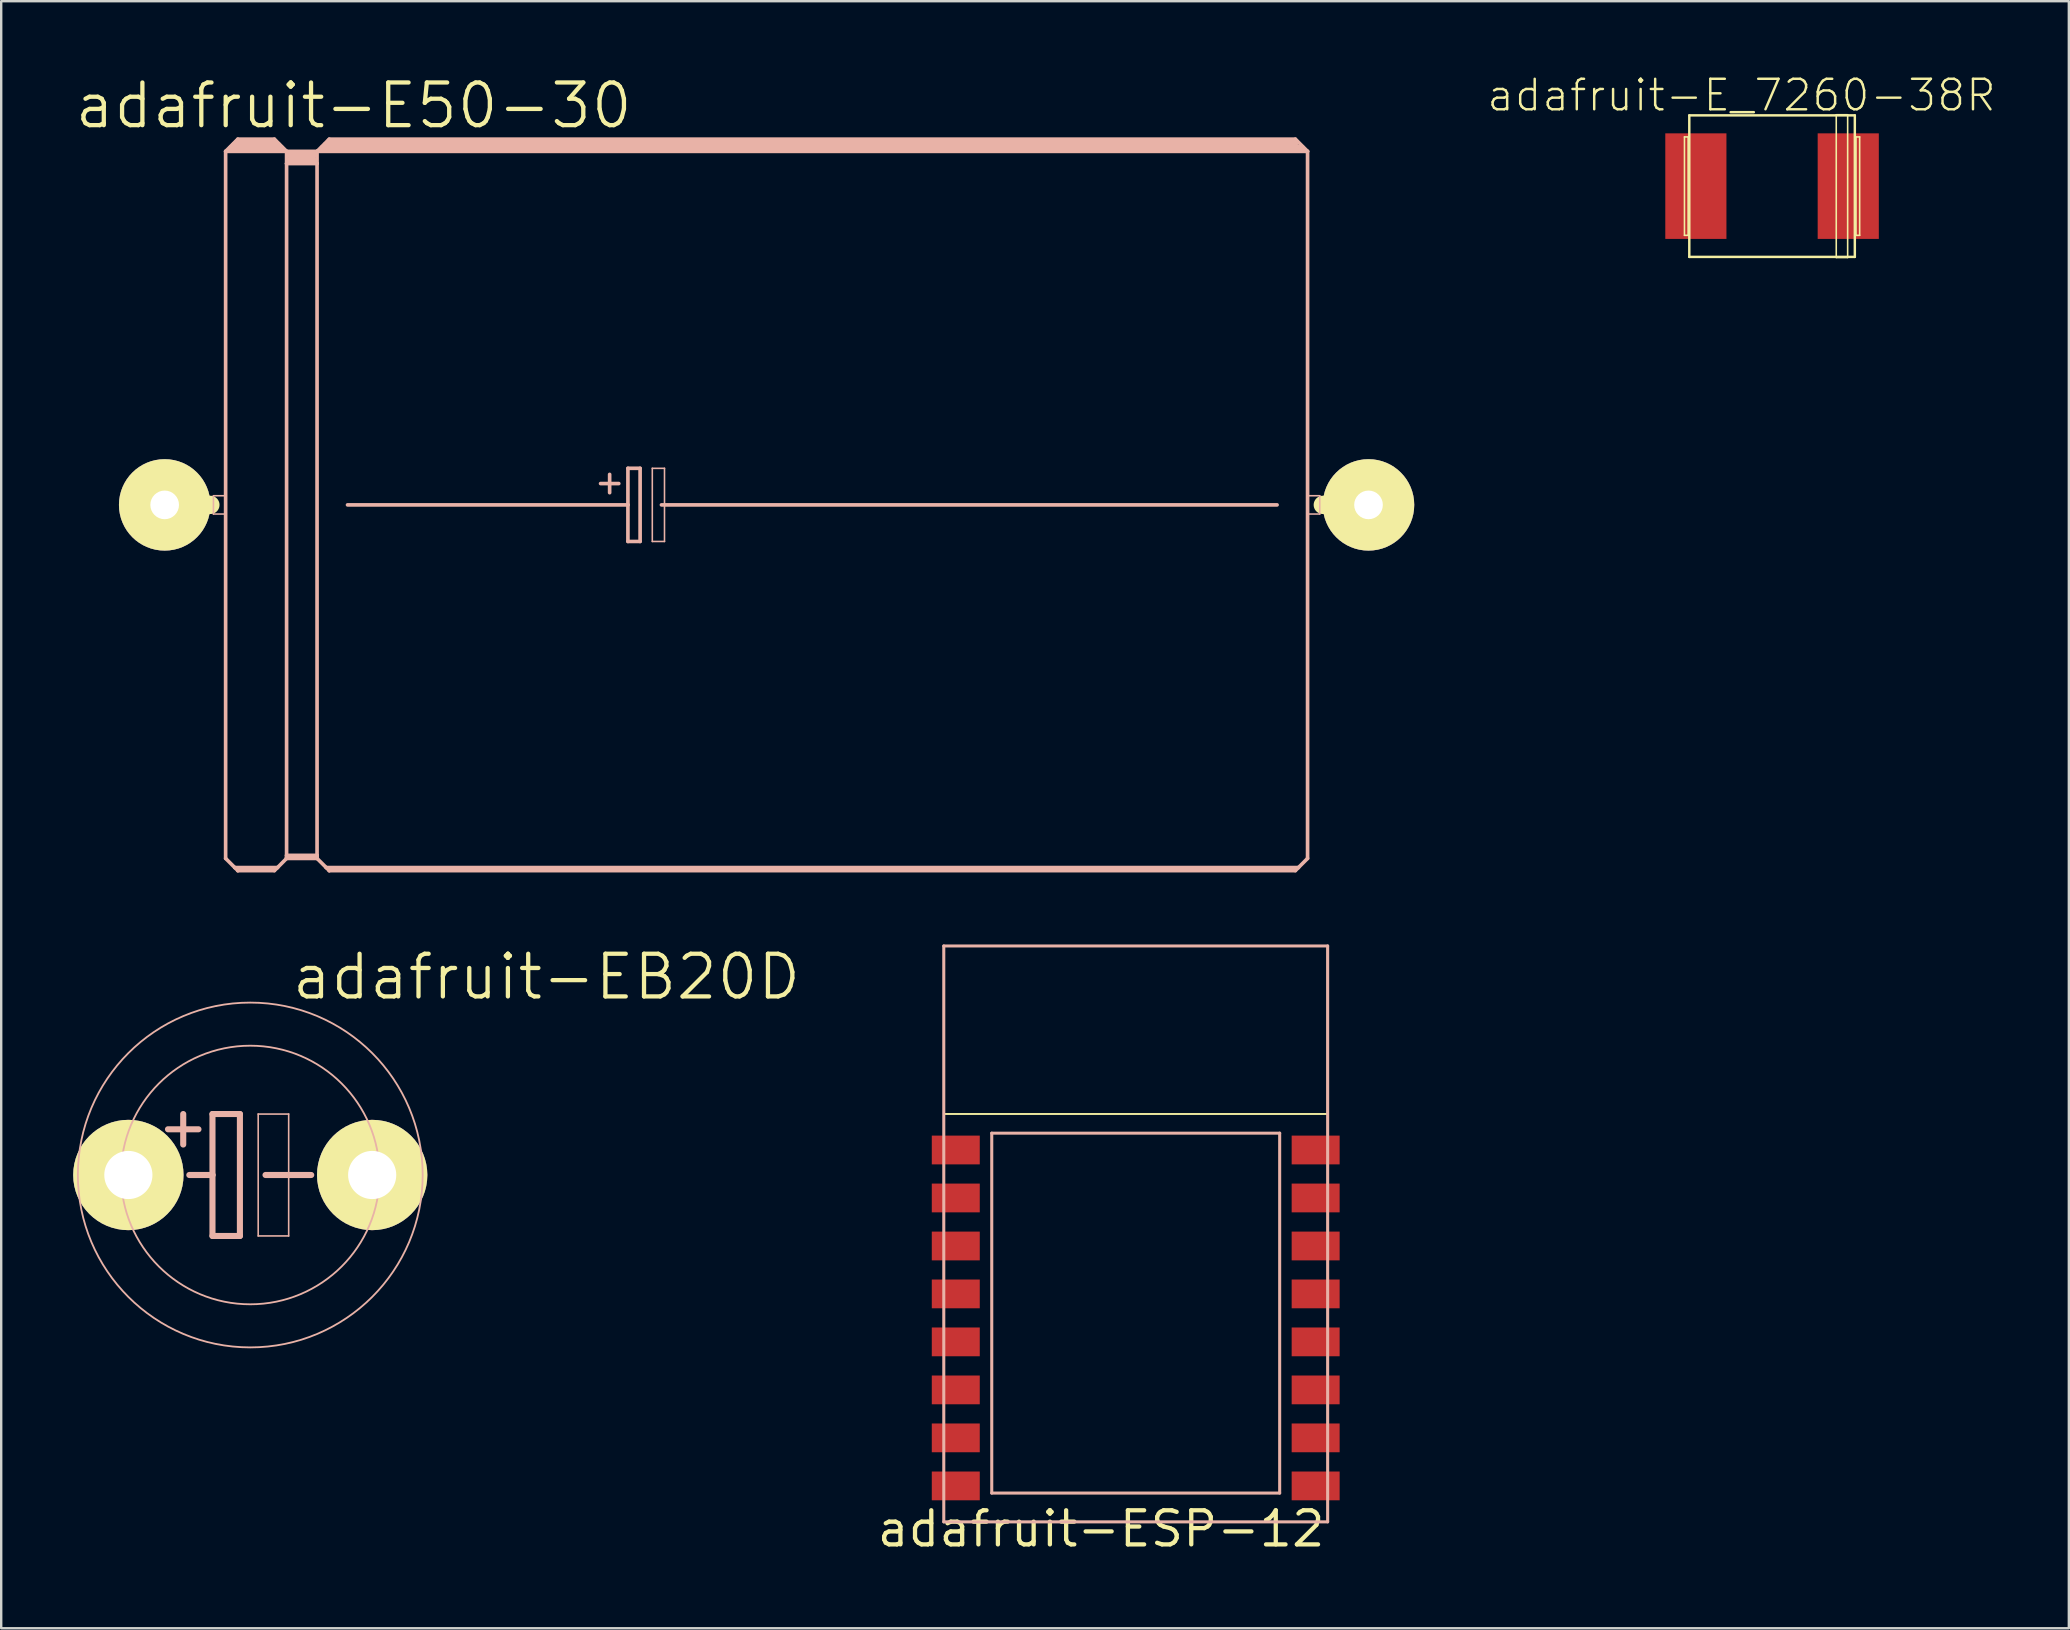
<source format=kicad_pcb>
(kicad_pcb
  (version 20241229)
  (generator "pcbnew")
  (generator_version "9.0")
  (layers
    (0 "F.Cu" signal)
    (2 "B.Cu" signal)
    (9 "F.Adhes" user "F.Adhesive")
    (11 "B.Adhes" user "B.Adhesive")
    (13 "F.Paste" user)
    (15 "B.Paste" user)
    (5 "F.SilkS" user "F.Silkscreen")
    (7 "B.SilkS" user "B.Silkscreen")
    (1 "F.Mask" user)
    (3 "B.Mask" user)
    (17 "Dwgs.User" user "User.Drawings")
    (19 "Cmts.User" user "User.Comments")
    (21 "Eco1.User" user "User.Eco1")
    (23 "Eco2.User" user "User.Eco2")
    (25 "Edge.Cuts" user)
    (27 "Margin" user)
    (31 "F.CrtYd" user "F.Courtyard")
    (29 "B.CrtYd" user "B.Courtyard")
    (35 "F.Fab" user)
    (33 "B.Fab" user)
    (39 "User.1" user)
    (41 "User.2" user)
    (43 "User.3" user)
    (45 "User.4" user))
  (footprint "adafruit-E50-30"
    (layer "F.Cu")
    (at 29.212 17.989)
    (property "Reference" "adafruit-E50-30" (at -17.523 -16.637 0) (layer "F.SilkS") (effects (font (size 1.778 1.778) (thickness 0.178))))
    (attr exclude_from_pos_files exclude_from_bom)
    (fp_line (start -25.4 0) (end -23.495 0) (stroke (width 0.762) (type solid)) (layer "F.SilkS"))
    (fp_line (start 24.765 0) (end 22.86 0) (stroke (width 0.762) (type solid)) (layer "F.SilkS"))
    (fp_line (start -23.368 -0.381) (end -22.86 -0.381) (stroke (width 0.066) (type solid)) (layer "B.SilkS"))
    (fp_line (start -23.368 0.381) (end -23.368 -0.381) (stroke (width 0.066) (type solid)) (layer "B.SilkS"))
    (fp_line (start -23.368 0.381) (end -22.86 0.381) (stroke (width 0.066) (type solid)) (layer "B.SilkS"))
    (fp_line (start -22.86 -14.732) (end -22.86 14.732) (stroke (width 0.152) (type solid)) (layer "B.SilkS"))
    (fp_line (start -22.86 -14.732) (end -22.352 -15.24) (stroke (width 0.152) (type solid)) (layer "B.SilkS"))
    (fp_line (start -22.86 -14.732) (end -20.32 -14.732) (stroke (width 0.152) (type solid)) (layer "B.SilkS"))
    (fp_line (start -22.86 0.381) (end -22.86 -0.381) (stroke (width 0.066) (type solid)) (layer "B.SilkS"))
    (fp_line (start -22.86 14.732) (end -22.479 15.113) (stroke (width 0.152) (type solid)) (layer "B.SilkS"))
    (fp_line (start -22.606 -14.859) (end -22.479 -14.859) (stroke (width 0.305) (type solid)) (layer "B.SilkS"))
    (fp_line (start -22.479 -14.859) (end -22.479 -14.986) (stroke (width 0.305) (type solid)) (layer "B.SilkS"))
    (fp_line (start -22.479 -14.859) (end -20.698 -14.859) (stroke (width 0.305) (type solid)) (layer "B.SilkS"))
    (fp_line (start -22.479 15.113) (end -22.352 15.24) (stroke (width 0.152) (type solid)) (layer "B.SilkS"))
    (fp_line (start -22.479 15.113) (end -20.698 15.113) (stroke (width 0.152) (type solid)) (layer "B.SilkS"))
    (fp_line (start -22.352 -15.24) (end -20.828 -15.24) (stroke (width 0.152) (type solid)) (layer "B.SilkS"))
    (fp_line (start -22.352 -15.113) (end -20.828 -15.113) (stroke (width 0.305) (type solid)) (layer "B.SilkS"))
    (fp_line (start -22.352 15.189) (end -20.828 15.189) (stroke (width 0.152) (type solid)) (layer "B.SilkS"))
    (fp_line (start -22.352 15.24) (end -22.352 15.189) (stroke (width 0.152) (type solid)) (layer "B.SilkS"))
    (fp_line (start -22.352 15.24) (end -20.828 15.24) (stroke (width 0.152) (type solid)) (layer "B.SilkS"))
    (fp_line (start -20.698 -14.859) (end -20.698 -14.986) (stroke (width 0.305) (type solid)) (layer "B.SilkS"))
    (fp_line (start -20.698 -14.859) (end -20.574 -14.859) (stroke (width 0.305) (type solid)) (layer "B.SilkS"))
    (fp_line (start -20.698 15.113) (end -20.828 15.24) (stroke (width 0.152) (type solid)) (layer "B.SilkS"))
    (fp_line (start -20.32 -14.732) (end -20.828 -15.24) (stroke (width 0.152) (type solid)) (layer "B.SilkS"))
    (fp_line (start -20.32 -14.732) (end -20.32 -14.224) (stroke (width 0.152) (type solid)) (layer "B.SilkS"))
    (fp_line (start -20.32 -14.732) (end -19.05 -14.732) (stroke (width 0.152) (type solid)) (layer "B.SilkS"))
    (fp_line (start -20.32 -14.224) (end -20.32 14.605) (stroke (width 0.152) (type solid)) (layer "B.SilkS"))
    (fp_line (start -20.32 -14.224) (end -19.05 -14.224) (stroke (width 0.152) (type solid)) (layer "B.SilkS"))
    (fp_line (start -20.32 14.605) (end -20.32 14.681) (stroke (width 0.152) (type solid)) (layer "B.SilkS"))
    (fp_line (start -20.32 14.605) (end -19.05 14.605) (stroke (width 0.152) (type solid)) (layer "B.SilkS"))
    (fp_line (start -20.32 14.681) (end -20.32 14.732) (stroke (width 0.152) (type solid)) (layer "B.SilkS"))
    (fp_line (start -20.32 14.681) (end -19.05 14.681) (stroke (width 0.152) (type solid)) (layer "B.SilkS"))
    (fp_line (start -20.32 14.732) (end -20.698 15.113) (stroke (width 0.152) (type solid)) (layer "B.SilkS"))
    (fp_line (start -20.32 14.732) (end -19.05 14.732) (stroke (width 0.152) (type solid)) (layer "B.SilkS"))
    (fp_line (start -20.193 -14.605) (end -19.177 -14.605) (stroke (width 0.305) (type solid)) (layer "B.SilkS"))
    (fp_line (start -20.193 -14.348) (end -19.177 -14.348) (stroke (width 0.305) (type solid)) (layer "B.SilkS"))
    (fp_line (start -19.05 -14.732) (end -19.05 -14.224) (stroke (width 0.152) (type solid)) (layer "B.SilkS"))
    (fp_line (start -19.05 -14.732) (end 22.225 -14.732) (stroke (width 0.152) (type solid)) (layer "B.SilkS"))
    (fp_line (start -19.05 -14.224) (end -19.05 14.605) (stroke (width 0.152) (type solid)) (layer "B.SilkS"))
    (fp_line (start -19.05 14.605) (end -19.05 14.681) (stroke (width 0.152) (type solid)) (layer "B.SilkS"))
    (fp_line (start -19.05 14.681) (end -19.05 14.732) (stroke (width 0.152) (type solid)) (layer "B.SilkS"))
    (fp_line (start -19.05 14.732) (end -18.669 15.113) (stroke (width 0.152) (type solid)) (layer "B.SilkS"))
    (fp_line (start -18.796 -14.859) (end -18.669 -14.859) (stroke (width 0.305) (type solid)) (layer "B.SilkS"))
    (fp_line (start -18.669 -14.859) (end -18.669 -14.986) (stroke (width 0.305) (type solid)) (layer "B.SilkS"))
    (fp_line (start -18.669 -14.859) (end 21.971 -14.859) (stroke (width 0.305) (type solid)) (layer "B.SilkS"))
    (fp_line (start -18.669 15.113) (end -18.542 15.24) (stroke (width 0.152) (type solid)) (layer "B.SilkS"))
    (fp_line (start -18.669 15.113) (end 21.844 15.113) (stroke (width 0.152) (type solid)) (layer "B.SilkS"))
    (fp_line (start -18.542 -15.24) (end -19.05 -14.732) (stroke (width 0.152) (type solid)) (layer "B.SilkS"))
    (fp_line (start -18.542 -15.24) (end 21.717 -15.24) (stroke (width 0.152) (type solid)) (layer "B.SilkS"))
    (fp_line (start -18.542 -15.113) (end 21.717 -15.113) (stroke (width 0.305) (type solid)) (layer "B.SilkS"))
    (fp_line (start -18.542 15.189) (end 21.717 15.189) (stroke (width 0.152) (type solid)) (layer "B.SilkS"))
    (fp_line (start -18.542 15.24) (end -18.542 15.189) (stroke (width 0.152) (type solid)) (layer "B.SilkS"))
    (fp_line (start -17.78 0) (end -6.096 0) (stroke (width 0.152) (type solid)) (layer "B.SilkS"))
    (fp_line (start -7.236 -0.889) (end -6.477 -0.889) (stroke (width 0.152) (type solid)) (layer "B.SilkS"))
    (fp_line (start -6.858 -1.27) (end -6.858 -0.508) (stroke (width 0.152) (type solid)) (layer "B.SilkS"))
    (fp_line (start -6.096 -1.524) (end -6.096 0) (stroke (width 0.152) (type solid)) (layer "B.SilkS"))
    (fp_line (start -6.096 0) (end -6.096 1.524) (stroke (width 0.152) (type solid)) (layer "B.SilkS"))
    (fp_line (start -6.096 1.524) (end -5.588 1.524) (stroke (width 0.152) (type solid)) (layer "B.SilkS"))
    (fp_line (start -5.588 -1.524) (end -6.096 -1.524) (stroke (width 0.152) (type solid)) (layer "B.SilkS"))
    (fp_line (start -5.588 1.524) (end -5.588 -1.524) (stroke (width 0.152) (type solid)) (layer "B.SilkS"))
    (fp_line (start -5.08 -1.524) (end -4.572 -1.524) (stroke (width 0.066) (type solid)) (layer "B.SilkS"))
    (fp_line (start -5.08 1.524) (end -5.08 -1.524) (stroke (width 0.066) (type solid)) (layer "B.SilkS"))
    (fp_line (start -5.08 1.524) (end -4.572 1.524) (stroke (width 0.066) (type solid)) (layer "B.SilkS"))
    (fp_line (start -4.699 0) (end 20.955 0) (stroke (width 0.152) (type solid)) (layer "B.SilkS"))
    (fp_line (start -4.572 1.524) (end -4.572 -1.524) (stroke (width 0.066) (type solid)) (layer "B.SilkS"))
    (fp_line (start 21.717 -15.24) (end 22.225 -14.732) (stroke (width 0.152) (type solid)) (layer "B.SilkS"))
    (fp_line (start 21.717 15.24) (end -18.542 15.24) (stroke (width 0.152) (type solid)) (layer "B.SilkS"))
    (fp_line (start 21.844 15.113) (end 21.717 15.24) (stroke (width 0.152) (type solid)) (layer "B.SilkS"))
    (fp_line (start 22.225 -14.732) (end 22.225 14.732) (stroke (width 0.152) (type solid)) (layer "B.SilkS"))
    (fp_line (start 22.225 -0.381) (end 22.733 -0.381) (stroke (width 0.066) (type solid)) (layer "B.SilkS"))
    (fp_line (start 22.225 0.381) (end 22.225 -0.381) (stroke (width 0.066) (type solid)) (layer "B.SilkS"))
    (fp_line (start 22.225 0.381) (end 22.733 0.381) (stroke (width 0.066) (type solid)) (layer "B.SilkS"))
    (fp_line (start 22.225 14.732) (end 21.844 15.113) (stroke (width 0.152) (type solid)) (layer "B.SilkS"))
    (fp_line (start 22.733 0.381) (end 22.733 -0.381) (stroke (width 0.066) (type solid)) (layer "B.SilkS"))
    (pad "+" thru_hole circle (at -25.4 0) (size 3.81 3.81) (drill 1.194) (layers "*.Cu" "F.Mask" "F.SilkS" "F.Paste"))
    (pad "-" thru_hole circle (at 24.765 0) (size 3.81 3.81) (drill 1.194) (layers "*.Cu" "F.Mask" "F.SilkS" "F.Paste")))
  (footprint "adafruit-EB20D"
    (layer "F.Cu")
    (at 7.379 45.913)
    (property "Reference" "adafruit-EB20D" (at 12.344 -8.255 0) (layer "F.SilkS") (effects (font (size 1.778 1.778) (thickness 0.178))))
    (attr exclude_from_pos_files exclude_from_bom)
    (fp_line (start -2.794 -2.54) (end -2.794 -1.27) (stroke (width 0.254) (type solid)) (layer "B.SilkS"))
    (fp_line (start -2.54 0) (end -1.575 0) (stroke (width 0.254) (type solid)) (layer "B.SilkS"))
    (fp_line (start -2.159 -1.905) (end -3.429 -1.905) (stroke (width 0.254) (type solid)) (layer "B.SilkS"))
    (fp_line (start -1.575 -2.54) (end -0.432 -2.54) (stroke (width 0.254) (type solid)) (layer "B.SilkS"))
    (fp_line (start -1.575 0) (end -1.575 -2.54) (stroke (width 0.254) (type solid)) (layer "B.SilkS"))
    (fp_line (start -1.575 2.54) (end -1.575 0) (stroke (width 0.254) (type solid)) (layer "B.SilkS"))
    (fp_line (start -0.432 -2.54) (end -0.432 2.54) (stroke (width 0.254) (type solid)) (layer "B.SilkS"))
    (fp_line (start -0.432 2.54) (end -1.575 2.54) (stroke (width 0.254) (type solid)) (layer "B.SilkS"))
    (fp_line (start 0.33 -2.54) (end 1.6 -2.54) (stroke (width 0.066) (type solid)) (layer "B.SilkS"))
    (fp_line (start 0.33 2.54) (end 0.33 -2.54) (stroke (width 0.066) (type solid)) (layer "B.SilkS"))
    (fp_line (start 0.33 2.54) (end 1.6 2.54) (stroke (width 0.066) (type solid)) (layer "B.SilkS"))
    (fp_line (start 0.635 0) (end 2.54 0) (stroke (width 0.254) (type solid)) (layer "B.SilkS"))
    (fp_line (start 1.6 2.54) (end 1.6 -2.54) (stroke (width 0.066) (type solid)) (layer "B.SilkS"))
    (fp_circle (center 0 0) (end -5.08 5.08) (stroke (width 0.076) (type solid)) (fill no) (layer "B.SilkS"))
    (fp_circle (center 0 0) (end -3.81 3.81) (stroke (width 0.076) (type solid)) (fill no) (layer "B.SilkS"))
    (pad "+" thru_hole circle (at -5.08 0) (size 4.597 4.597) (drill 2.007) (layers "*.Cu" "F.Mask" "F.SilkS" "F.Paste"))
    (pad "-" thru_hole circle (at 5.08 0) (size 4.597 4.597) (drill 2.007) (layers "*.Cu" "F.Mask" "F.SilkS" "F.Paste")))
  (footprint "adafruit-ESP-12"
    (layer "F.Cu")
    (at 44.276 49.369)
    (property "Reference" "adafruit-ESP-12" (at -1.443 11.288 0) (layer "F.SilkS") (effects (font (size 1.422 1.422) (thickness 0.178))))
    (attr smd)
    (fp_line (start -7.998 -13) (end 7.998 -13) (stroke (width 0.066) (type solid)) (layer "F.SilkS"))
    (fp_line (start -7.998 -13) (end 7.998 -13) (stroke (width 0.066) (type solid)) (layer "F.SilkS"))
    (fp_line (start -7.998 -5.999) (end -7.998 -13) (stroke (width 0.066) (type solid)) (layer "F.SilkS"))
    (fp_line (start -7.998 -5.999) (end -7.998 -13) (stroke (width 0.066) (type solid)) (layer "F.SilkS"))
    (fp_line (start -7.998 -5.999) (end 7.998 -5.999) (stroke (width 0.066) (type solid)) (layer "F.SilkS"))
    (fp_line (start -7.998 -5.999) (end 7.998 -5.999) (stroke (width 0.066) (type solid)) (layer "F.SilkS"))
    (fp_line (start 7.998 -5.999) (end 7.998 -13) (stroke (width 0.066) (type solid)) (layer "F.SilkS"))
    (fp_line (start 7.998 -5.999) (end 7.998 -13) (stroke (width 0.066) (type solid)) (layer "F.SilkS"))
    (fp_line (start -7.998 -13) (end 7.998 -13) (stroke (width 0.127) (type solid)) (layer "B.SilkS"))
    (fp_line (start -7.998 10.998) (end -7.998 -13) (stroke (width 0.127) (type solid)) (layer "B.SilkS"))
    (fp_line (start -5.999 -5.199) (end 5.999 -5.199) (stroke (width 0.127) (type solid)) (layer "B.SilkS"))
    (fp_line (start -5.999 9.799) (end -5.999 -5.199) (stroke (width 0.127) (type solid)) (layer "B.SilkS"))
    (fp_line (start 5.999 -5.199) (end 5.999 9.799) (stroke (width 0.127) (type solid)) (layer "B.SilkS"))
    (fp_line (start 5.999 9.799) (end -5.999 9.799) (stroke (width 0.127) (type solid)) (layer "B.SilkS"))
    (fp_line (start 7.998 -13) (end 7.998 10.998) (stroke (width 0.127) (type solid)) (layer "B.SilkS"))
    (fp_line (start 7.998 10.998) (end -7.998 10.998) (stroke (width 0.127) (type solid)) (layer "B.SilkS"))
    (pad "1" smd rect (at -7.498 -4.498) (size 1.999 1.199) (layers "F.Cu" "F.Mask" "F.Paste"))
    (pad "2" smd rect (at -7.498 -2.499) (size 1.999 1.199) (layers "F.Cu" "F.Mask" "F.Paste"))
    (pad "3" smd rect (at -7.498 -0.498) (size 1.999 1.199) (layers "F.Cu" "F.Mask" "F.Paste"))
    (pad "4" smd rect (at -7.498 1.499) (size 1.999 1.199) (layers "F.Cu" "F.Mask" "F.Paste"))
    (pad "5" smd rect (at -7.498 3.498) (size 1.999 1.199) (layers "F.Cu" "F.Mask" "F.Paste"))
    (pad "6" smd rect (at -7.498 5.499) (size 1.999 1.199) (layers "F.Cu" "F.Mask" "F.Paste"))
    (pad "7" smd rect (at -7.498 7.498) (size 1.999 1.199) (layers "F.Cu" "F.Mask" "F.Paste"))
    (pad "8" smd rect (at -7.498 9.5) (size 1.999 1.199) (layers "F.Cu" "F.Mask" "F.Paste"))
    (pad "9" smd rect (at 7.498 9.5) (size 1.999 1.199) (layers "F.Cu" "F.Mask" "F.Paste"))
    (pad "10" smd rect (at 7.498 7.498) (size 1.999 1.199) (layers "F.Cu" "F.Mask" "F.Paste"))
    (pad "11" smd rect (at 7.498 5.499) (size 1.999 1.199) (layers "F.Cu" "F.Mask" "F.Paste"))
    (pad "12" smd rect (at 7.498 3.498) (size 1.999 1.199) (layers "F.Cu" "F.Mask" "F.Paste"))
    (pad "13" smd rect (at 7.498 1.499) (size 1.999 1.199) (layers "F.Cu" "F.Mask" "F.Paste"))
    (pad "14" smd rect (at 7.498 -0.498) (size 1.999 1.199) (layers "F.Cu" "F.Mask" "F.Paste"))
    (pad "15" smd rect (at 7.498 -2.499) (size 1.999 1.199) (layers "F.Cu" "F.Mask" "F.Paste"))
    (pad "16" smd rect (at 7.498 -4.498) (size 1.999 1.199) (layers "F.Cu" "F.Mask" "F.Paste")))
  (footprint "adafruit-E_7260-38R"
    (layer "F.Cu")
    (at 70.793 4.706)
    (property "Reference" "adafruit-E_7260-38R" (at -1.273 -3.785 0) (layer "F.SilkS") (effects (font (size 1.27 1.27) (thickness 0.102))))
    (attr smd)
    (fp_line (start -3.65 -2.05) (end -3.498 -2.05) (stroke (width 0.066) (type solid)) (layer "F.SilkS"))
    (fp_line (start -3.65 2.05) (end -3.65 -2.05) (stroke (width 0.066) (type solid)) (layer "F.SilkS"))
    (fp_line (start -3.65 2.05) (end -3.498 2.05) (stroke (width 0.066) (type solid)) (layer "F.SilkS"))
    (fp_line (start -3.498 2.05) (end -3.498 -2.05) (stroke (width 0.066) (type solid)) (layer "F.SilkS"))
    (fp_line (start -3.449 -2.949) (end 3.449 -2.949) (stroke (width 0.102) (type solid)) (layer "F.SilkS"))
    (fp_line (start -3.449 2.949) (end -3.449 -2.949) (stroke (width 0.102) (type solid)) (layer "F.SilkS"))
    (fp_line (start 2.675 -2.974) (end 3.15 -2.974) (stroke (width 0.066) (type solid)) (layer "F.SilkS"))
    (fp_line (start 2.675 2.974) (end 2.675 -2.974) (stroke (width 0.066) (type solid)) (layer "F.SilkS"))
    (fp_line (start 2.675 2.974) (end 3.15 2.974) (stroke (width 0.066) (type solid)) (layer "F.SilkS"))
    (fp_line (start 3.15 2.974) (end 3.15 -2.974) (stroke (width 0.066) (type solid)) (layer "F.SilkS"))
    (fp_line (start 3.449 -2.949) (end 3.449 2.949) (stroke (width 0.102) (type solid)) (layer "F.SilkS"))
    (fp_line (start 3.449 2.949) (end -3.449 2.949) (stroke (width 0.102) (type solid)) (layer "F.SilkS"))
    (fp_line (start 3.498 -2.05) (end 3.65 -2.05) (stroke (width 0.066) (type solid)) (layer "F.SilkS"))
    (fp_line (start 3.498 2.05) (end 3.498 -2.05) (stroke (width 0.066) (type solid)) (layer "F.SilkS"))
    (fp_line (start 3.498 2.05) (end 3.65 2.05) (stroke (width 0.066) (type solid)) (layer "F.SilkS"))
    (fp_line (start 3.65 2.05) (end 3.65 -2.05) (stroke (width 0.066) (type solid)) (layer "F.SilkS"))
    (pad "+" smd rect (at 3.175 0) (size 2.548 4.399) (layers "F.Cu" "F.Mask" "F.Paste"))
    (pad "-" smd rect (at -3.175 0) (size 2.548 4.399) (layers "F.Cu" "F.Mask" "F.Paste")))
  (gr_rect
    (start -3 -3)
    (end 83.16 64.8)
    (stroke (width 0.1) (type default))
    (fill no)
    (layer "Edge.Cuts")))
</source>
